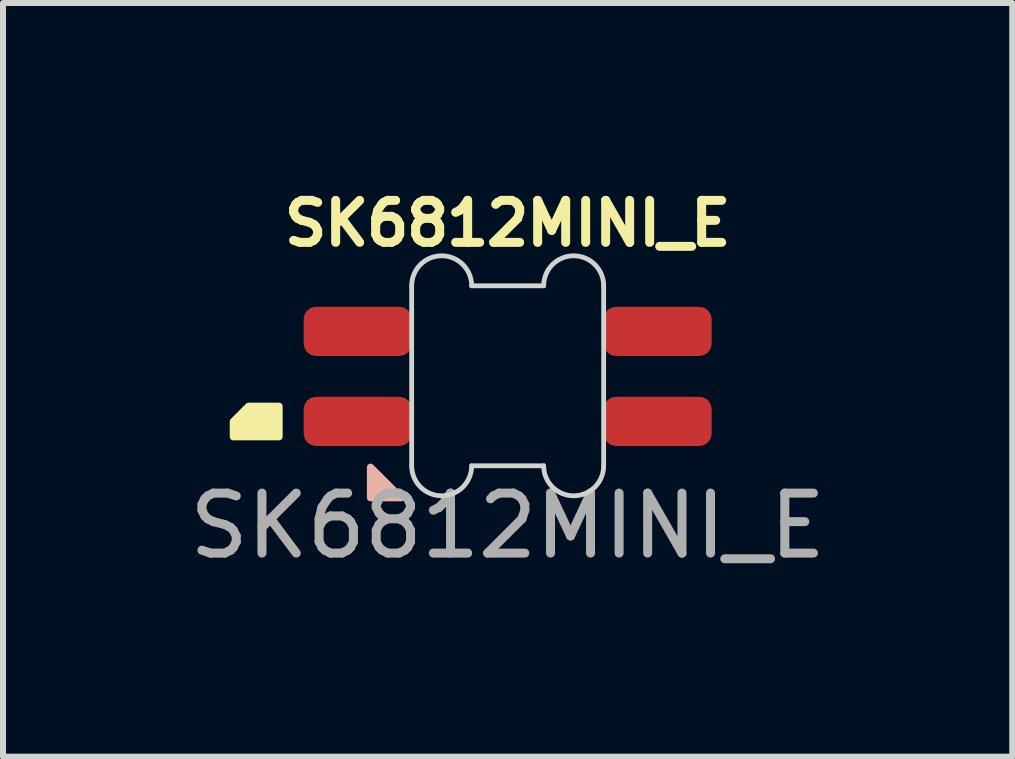
<source format=kicad_pcb>
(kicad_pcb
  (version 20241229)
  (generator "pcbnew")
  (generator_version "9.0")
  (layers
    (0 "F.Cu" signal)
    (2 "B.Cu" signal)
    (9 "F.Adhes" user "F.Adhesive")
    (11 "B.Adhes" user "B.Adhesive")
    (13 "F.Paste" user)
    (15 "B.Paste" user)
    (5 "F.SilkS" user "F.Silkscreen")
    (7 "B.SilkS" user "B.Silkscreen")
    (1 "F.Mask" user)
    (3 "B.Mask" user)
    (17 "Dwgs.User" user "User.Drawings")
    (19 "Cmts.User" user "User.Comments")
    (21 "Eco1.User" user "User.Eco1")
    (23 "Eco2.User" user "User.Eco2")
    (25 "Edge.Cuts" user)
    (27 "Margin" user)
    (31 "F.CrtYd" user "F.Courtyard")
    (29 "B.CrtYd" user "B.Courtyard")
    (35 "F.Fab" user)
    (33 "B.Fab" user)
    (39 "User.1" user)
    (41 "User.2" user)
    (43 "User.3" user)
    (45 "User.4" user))
  (footprint "SK6812MINI_E"
    (layer "F.Cu")
    (at 5.411 3.213)
    (property "Reference" "SK6812MINI_E" (at 0 -2.54 0) (unlocked yes) (layer "F.SilkS") (effects (font (size 0.7 0.7) (thickness 0.15))))
    (attr smd)
    (fp_poly (pts (xy -3.81 1.016) (xy -4.572 1.016) (xy -4.572 0.762) (xy -4.318 0.508) (xy -3.81 0.508)) (stroke (width 0.12) (type solid)) (fill yes) (layer "F.SilkS"))
    (fp_poly (pts (xy -2.286 2.032) (xy -2.286 1.524) (xy -1.778 2.032)) (stroke (width 0.12) (type solid)) (fill yes) (layer "B.SilkS"))
    (fp_line (start -1.6 -1.5) (end -1.6 1.5) (stroke (width 0.08) (type solid)) (layer "Edge.Cuts"))
    (fp_line (start -0.6 -1.5) (end 0.6 -1.5) (stroke (width 0.08) (type solid)) (layer "Edge.Cuts"))
    (fp_line (start -0.6 1.5) (end 0.6 1.5) (stroke (width 0.08) (type solid)) (layer "Edge.Cuts"))
    (fp_line (start 1.6 -1.5) (end 1.6 1.5) (stroke (width 0.08) (type solid)) (layer "Edge.Cuts"))
    (fp_arc (start -1.6 -1.5) (mid -1.1 -2) (end -0.6 -1.5) (stroke (width 0.08) (type solid)) (layer "Edge.Cuts"))
    (fp_arc (start -0.6 1.5) (mid -1.1 2) (end -1.6 1.5) (stroke (width 0.08) (type solid)) (layer "Edge.Cuts"))
    (fp_arc (start 0.6 -1.5) (mid 1.1 -2) (end 1.6 -1.5) (stroke (width 0.08) (type solid)) (layer "Edge.Cuts"))
    (fp_arc (start 1.6 1.5) (mid 1.1 2) (end 0.6 1.5) (stroke (width 0.08) (type solid)) (layer "Edge.Cuts"))
    (fp_text user "${REFERENCE}" (at 0 2.5 0) (unlocked yes) (layer "F.Fab") (effects (font (size 1 1) (thickness 0.15))))
    (pad "1" smd roundrect (at 2.5 0.76) (size 1.8 0.82) (layers "F.Cu" "F.Mask" "F.Paste") (roundrect_rratio 0.25))
    (pad "2" smd roundrect (at -2.5 0.76) (size 1.8 0.82) (layers "F.Cu" "F.Mask" "F.Paste") (roundrect_rratio 0.25))
    (pad "3" smd roundrect (at -2.5 -0.74) (size 1.8 0.82) (layers "F.Cu" "F.Mask" "F.Paste") (roundrect_rratio 0.25))
    (pad "4" smd roundrect (at 2.5 -0.74) (size 1.8 0.82) (layers "F.Cu" "F.Mask" "F.Paste") (roundrect_rratio 0.25)))
  (gr_rect
    (start -3 -3)
    (end 13.821 9.561)
    (stroke (width 0.1) (type default))
    (fill no)
    (layer "Edge.Cuts")))
</source>
